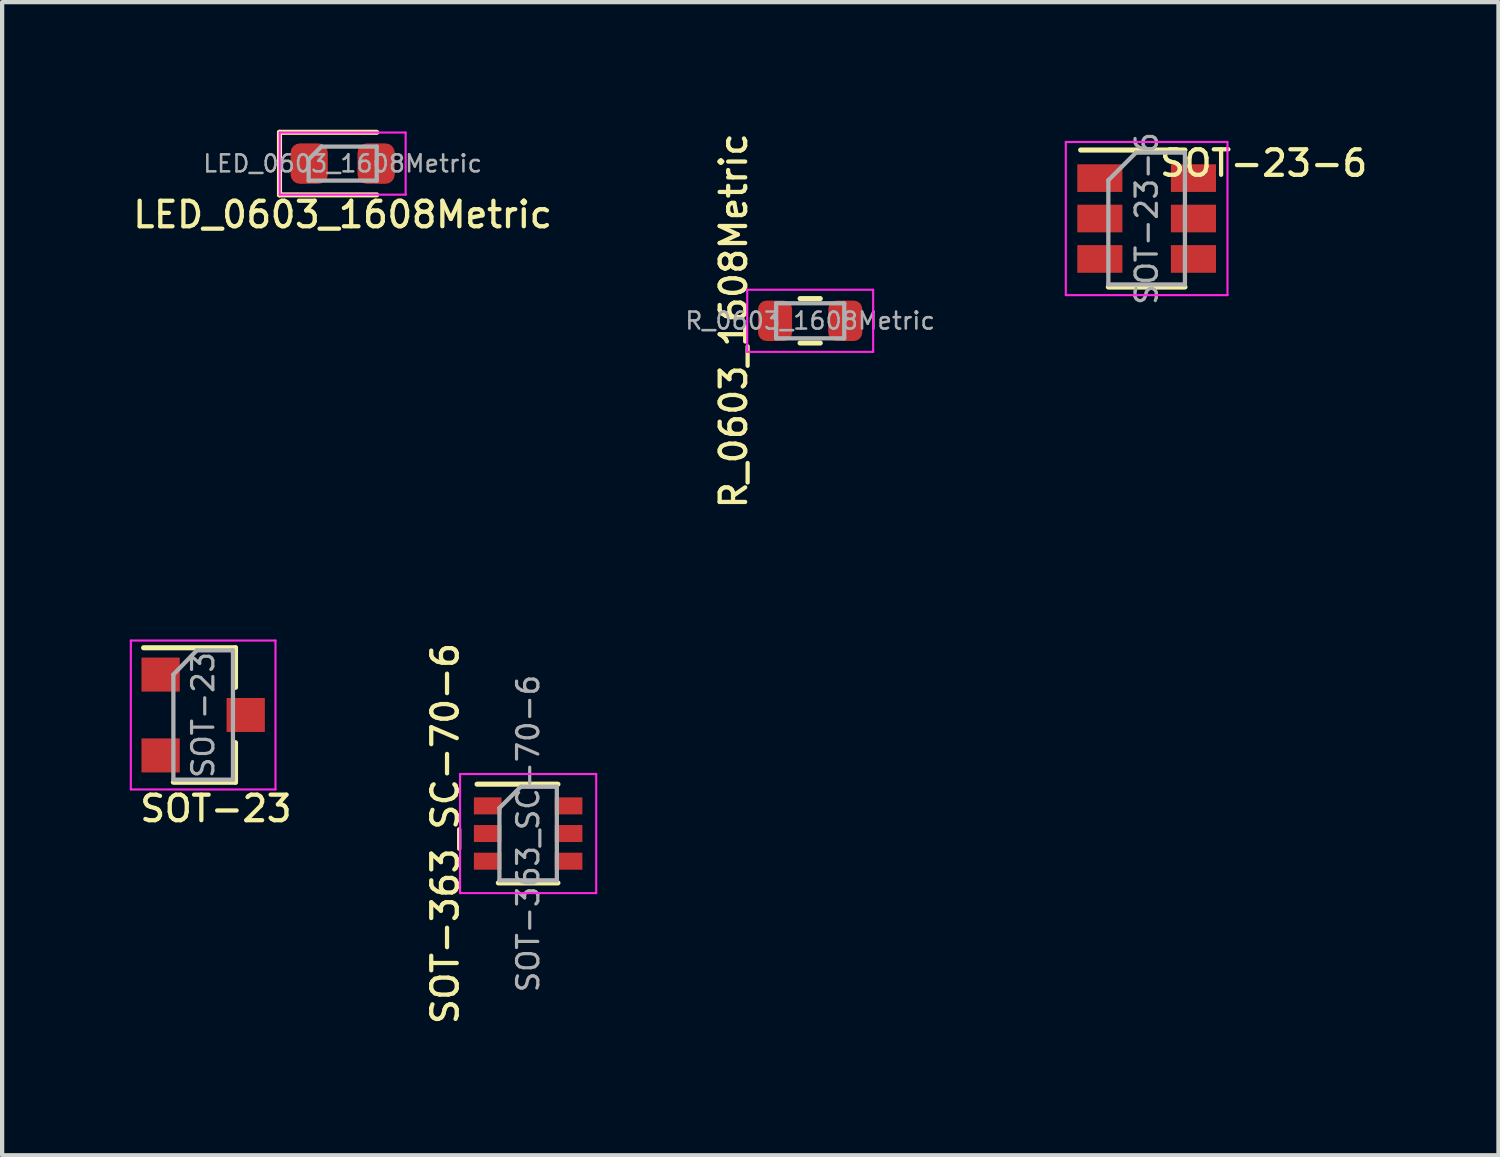
<source format=kicad_pcb>
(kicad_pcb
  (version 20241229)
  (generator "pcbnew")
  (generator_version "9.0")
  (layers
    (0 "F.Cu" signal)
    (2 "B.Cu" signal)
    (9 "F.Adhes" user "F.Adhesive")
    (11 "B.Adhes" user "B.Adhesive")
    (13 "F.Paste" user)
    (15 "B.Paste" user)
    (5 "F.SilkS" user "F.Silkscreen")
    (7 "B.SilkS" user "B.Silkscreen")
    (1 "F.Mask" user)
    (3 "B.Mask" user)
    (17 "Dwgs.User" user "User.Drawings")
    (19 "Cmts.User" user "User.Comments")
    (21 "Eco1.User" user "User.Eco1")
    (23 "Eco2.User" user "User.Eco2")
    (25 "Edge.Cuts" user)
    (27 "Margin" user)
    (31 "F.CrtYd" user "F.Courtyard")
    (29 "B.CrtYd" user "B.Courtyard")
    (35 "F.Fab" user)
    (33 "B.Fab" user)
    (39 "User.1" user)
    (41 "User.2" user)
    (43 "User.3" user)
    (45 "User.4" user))
  (footprint "R_0603_1608Metric"
    (layer "F.Cu")
    (at 15.992 4.49)
    (property "Reference" "R_0603_1608Metric" (at -1.8 0 270) (layer "F.SilkS") (effects (font (size 0.6 0.6) (thickness 0.1))))
    (attr smd)
    (fp_line (start -0.237 -0.522) (end 0.237 -0.522) (stroke (width 0.12) (type solid)) (layer "F.SilkS"))
    (fp_line (start -0.237 0.522) (end 0.237 0.522) (stroke (width 0.12) (type solid)) (layer "F.SilkS"))
    (fp_line (start -1.48 -0.73) (end 1.48 -0.73) (stroke (width 0.05) (type solid)) (layer "F.CrtYd"))
    (fp_line (start -1.48 0.73) (end -1.48 -0.73) (stroke (width 0.05) (type solid)) (layer "F.CrtYd"))
    (fp_line (start 1.48 -0.73) (end 1.48 0.73) (stroke (width 0.05) (type solid)) (layer "F.CrtYd"))
    (fp_line (start 1.48 0.73) (end -1.48 0.73) (stroke (width 0.05) (type solid)) (layer "F.CrtYd"))
    (fp_line (start -0.8 -0.412) (end 0.8 -0.412) (stroke (width 0.1) (type solid)) (layer "F.Fab"))
    (fp_line (start -0.8 0.412) (end -0.8 -0.412) (stroke (width 0.1) (type solid)) (layer "F.Fab"))
    (fp_line (start 0.8 -0.412) (end 0.8 0.412) (stroke (width 0.1) (type solid)) (layer "F.Fab"))
    (fp_line (start 0.8 0.412) (end -0.8 0.412) (stroke (width 0.1) (type solid)) (layer "F.Fab"))
    (fp_text user "${REFERENCE}" (at 0 0 180) (layer "F.Fab") (effects (font (size 0.4 0.4) (thickness 0.06))))
    (pad "1" smd roundrect (at -0.825 0) (size 0.8 0.95) (layers "F.Cu" "F.Mask" "F.Paste") (roundrect_rratio 0.25))
    (pad "2" smd roundrect (at 0.825 0) (size 0.8 0.95) (layers "F.Cu" "F.Mask" "F.Paste") (roundrect_rratio 0.25)))
  (footprint "SOT-23-6"
    (layer "F.Cu")
    (at 23.9 2.086)
    (property "Reference" "SOT-23-6" (at 2.75 -1.3 180) (layer "F.SilkS") (effects (font (size 0.6 0.6) (thickness 0.1))))
    (attr smd)
    (fp_line (start -0.9 1.61) (end 0.9 1.61) (stroke (width 0.12) (type solid)) (layer "F.SilkS"))
    (fp_line (start 0.9 -1.61) (end -1.55 -1.61) (stroke (width 0.12) (type solid)) (layer "F.SilkS"))
    (fp_line (start -1.9 -1.8) (end -1.9 1.8) (stroke (width 0.05) (type solid)) (layer "F.CrtYd"))
    (fp_line (start -1.9 1.8) (end 1.9 1.8) (stroke (width 0.05) (type solid)) (layer "F.CrtYd"))
    (fp_line (start 1.9 -1.8) (end -1.9 -1.8) (stroke (width 0.05) (type solid)) (layer "F.CrtYd"))
    (fp_line (start 1.9 1.8) (end 1.9 -1.8) (stroke (width 0.05) (type solid)) (layer "F.CrtYd"))
    (fp_line (start -0.9 -0.9) (end -0.9 1.55) (stroke (width 0.1) (type solid)) (layer "F.Fab"))
    (fp_line (start -0.9 -0.9) (end -0.25 -1.55) (stroke (width 0.1) (type solid)) (layer "F.Fab"))
    (fp_line (start 0.9 -1.55) (end -0.25 -1.55) (stroke (width 0.1) (type solid)) (layer "F.Fab"))
    (fp_line (start 0.9 -1.55) (end 0.9 1.55) (stroke (width 0.1) (type solid)) (layer "F.Fab"))
    (fp_line (start 0.9 1.55) (end -0.9 1.55) (stroke (width 0.1) (type solid)) (layer "F.Fab"))
    (fp_text user "${REFERENCE}" (at 0 0 270) (layer "F.Fab") (effects (font (size 0.5 0.5) (thickness 0.075))))
    (pad "1" smd rect (at -1.1 -0.95) (size 1.06 0.65) (layers "F.Cu" "F.Mask" "F.Paste"))
    (pad "2" smd rect (at -1.1 0) (size 1.06 0.65) (layers "F.Cu" "F.Mask" "F.Paste"))
    (pad "3" smd rect (at -1.1 0.95) (size 1.06 0.65) (layers "F.Cu" "F.Mask" "F.Paste"))
    (pad "4" smd rect (at 1.1 0.95) (size 1.06 0.65) (layers "F.Cu" "F.Mask" "F.Paste"))
    (pad "5" smd rect (at 1.1 0) (size 1.06 0.65) (layers "F.Cu" "F.Mask" "F.Paste"))
    (pad "6" smd rect (at 1.1 -0.95) (size 1.06 0.65) (layers "F.Cu" "F.Mask" "F.Paste")))
  (footprint "SOT-363_SC-70-6"
    (layer "F.Cu")
    (at 9.363 16.541)
    (property "Reference" "SOT-363_SC-70-6" (at -1.95 0 90) (layer "F.SilkS") (effects (font (size 0.6 0.6) (thickness 0.1))))
    (attr smd)
    (fp_line (start -0.7 1.16) (end 0.7 1.16) (stroke (width 0.12) (type solid)) (layer "F.SilkS"))
    (fp_line (start 0.7 -1.16) (end -1.2 -1.16) (stroke (width 0.12) (type solid)) (layer "F.SilkS"))
    (fp_line (start -1.6 -1.4) (end -1.6 1.4) (stroke (width 0.05) (type solid)) (layer "F.CrtYd"))
    (fp_line (start -1.6 -1.4) (end 1.6 -1.4) (stroke (width 0.05) (type solid)) (layer "F.CrtYd"))
    (fp_line (start -1.6 1.4) (end 1.6 1.4) (stroke (width 0.05) (type solid)) (layer "F.CrtYd"))
    (fp_line (start 1.6 1.4) (end 1.6 -1.4) (stroke (width 0.05) (type solid)) (layer "F.CrtYd"))
    (fp_line (start -0.675 -0.6) (end -0.675 1.1) (stroke (width 0.1) (type solid)) (layer "F.Fab"))
    (fp_line (start -0.175 -1.1) (end -0.675 -0.6) (stroke (width 0.1) (type solid)) (layer "F.Fab"))
    (fp_line (start 0.675 -1.1) (end -0.175 -1.1) (stroke (width 0.1) (type solid)) (layer "F.Fab"))
    (fp_line (start 0.675 -1.1) (end 0.675 1.1) (stroke (width 0.1) (type solid)) (layer "F.Fab"))
    (fp_line (start 0.675 1.1) (end -0.675 1.1) (stroke (width 0.1) (type solid)) (layer "F.Fab"))
    (fp_text user "${REFERENCE}" (at 0 0 90) (layer "F.Fab") (effects (font (size 0.5 0.5) (thickness 0.075))))
    (pad "1" smd rect (at -0.95 -0.65) (size 0.65 0.4) (layers "F.Cu" "F.Mask" "F.Paste"))
    (pad "2" smd rect (at -0.95 0) (size 0.65 0.4) (layers "F.Cu" "F.Mask" "F.Paste"))
    (pad "3" smd rect (at -0.95 0.65) (size 0.65 0.4) (layers "F.Cu" "F.Mask" "F.Paste"))
    (pad "4" smd rect (at 0.95 0.65) (size 0.65 0.4) (layers "F.Cu" "F.Mask" "F.Paste"))
    (pad "5" smd rect (at 0.95 0) (size 0.65 0.4) (layers "F.Cu" "F.Mask" "F.Paste"))
    (pad "6" smd rect (at 0.95 -0.65) (size 0.65 0.4) (layers "F.Cu" "F.Mask" "F.Paste")))
  (footprint "SOT-23"
    (layer "F.Cu")
    (at 1.725 13.755)
    (property "Reference" "SOT-23" (at 0.3 2.2 180) (layer "F.SilkS") (effects (font (size 0.6 0.6) (thickness 0.1))))
    (attr smd)
    (fp_line (start 0.76 -1.58) (end -1.4 -1.58) (stroke (width 0.12) (type solid)) (layer "F.SilkS"))
    (fp_line (start 0.76 -1.58) (end 0.76 -0.65) (stroke (width 0.12) (type solid)) (layer "F.SilkS"))
    (fp_line (start 0.76 1.58) (end -0.7 1.58) (stroke (width 0.12) (type solid)) (layer "F.SilkS"))
    (fp_line (start 0.76 1.58) (end 0.76 0.65) (stroke (width 0.12) (type solid)) (layer "F.SilkS"))
    (fp_line (start -1.7 -1.75) (end 1.7 -1.75) (stroke (width 0.05) (type solid)) (layer "F.CrtYd"))
    (fp_line (start -1.7 1.75) (end -1.7 -1.75) (stroke (width 0.05) (type solid)) (layer "F.CrtYd"))
    (fp_line (start 1.7 -1.75) (end 1.7 1.75) (stroke (width 0.05) (type solid)) (layer "F.CrtYd"))
    (fp_line (start 1.7 1.75) (end -1.7 1.75) (stroke (width 0.05) (type solid)) (layer "F.CrtYd"))
    (fp_line (start -0.7 -0.95) (end -0.7 1.5) (stroke (width 0.1) (type solid)) (layer "F.Fab"))
    (fp_line (start -0.7 -0.95) (end -0.15 -1.52) (stroke (width 0.1) (type solid)) (layer "F.Fab"))
    (fp_line (start -0.7 1.52) (end 0.7 1.52) (stroke (width 0.1) (type solid)) (layer "F.Fab"))
    (fp_line (start -0.15 -1.52) (end 0.7 -1.52) (stroke (width 0.1) (type solid)) (layer "F.Fab"))
    (fp_line (start 0.7 -1.52) (end 0.7 1.52) (stroke (width 0.1) (type solid)) (layer "F.Fab"))
    (fp_text user "${REFERENCE}" (at 0 0 90) (layer "F.Fab") (effects (font (size 0.5 0.5) (thickness 0.075))))
    (pad "1" smd rect (at -1 -0.95) (size 0.9 0.8) (layers "F.Cu" "F.Mask" "F.Paste"))
    (pad "2" smd rect (at -1 0.95) (size 0.9 0.8) (layers "F.Cu" "F.Mask" "F.Paste"))
    (pad "3" smd rect (at 1 0) (size 0.9 0.8) (layers "F.Cu" "F.Mask" "F.Paste")))
  (footprint "LED_0603_1608Metric"
    (layer "F.Cu")
    (at 5.004 0.795)
    (property "Reference" "LED_0603_1608Metric" (at 0 1.2 0) (layer "F.SilkS") (effects (font (size 0.6 0.6) (thickness 0.1))))
    (attr smd)
    (fp_line (start -1.485 -0.735) (end -1.485 0.735) (stroke (width 0.12) (type solid)) (layer "F.SilkS"))
    (fp_line (start -1.485 0.735) (end 0.8 0.735) (stroke (width 0.12) (type solid)) (layer "F.SilkS"))
    (fp_line (start 0.8 -0.735) (end -1.485 -0.735) (stroke (width 0.12) (type solid)) (layer "F.SilkS"))
    (fp_line (start -1.48 -0.73) (end 1.48 -0.73) (stroke (width 0.05) (type solid)) (layer "F.CrtYd"))
    (fp_line (start -1.48 0.73) (end -1.48 -0.73) (stroke (width 0.05) (type solid)) (layer "F.CrtYd"))
    (fp_line (start 1.48 -0.73) (end 1.48 0.73) (stroke (width 0.05) (type solid)) (layer "F.CrtYd"))
    (fp_line (start 1.48 0.73) (end -1.48 0.73) (stroke (width 0.05) (type solid)) (layer "F.CrtYd"))
    (fp_line (start -0.8 -0.1) (end -0.8 0.4) (stroke (width 0.1) (type solid)) (layer "F.Fab"))
    (fp_line (start -0.8 0.4) (end 0.8 0.4) (stroke (width 0.1) (type solid)) (layer "F.Fab"))
    (fp_line (start -0.5 -0.4) (end -0.8 -0.1) (stroke (width 0.1) (type solid)) (layer "F.Fab"))
    (fp_line (start 0.8 -0.4) (end -0.5 -0.4) (stroke (width 0.1) (type solid)) (layer "F.Fab"))
    (fp_line (start 0.8 0.4) (end 0.8 -0.4) (stroke (width 0.1) (type solid)) (layer "F.Fab"))
    (fp_text user "${REFERENCE}" (at 0 0 180) (layer "F.Fab") (effects (font (size 0.4 0.4) (thickness 0.06))))
    (pad "1" smd roundrect (at -0.787 0) (size 0.875 0.95) (layers "F.Cu" "F.Mask" "F.Paste") (roundrect_rratio 0.25))
    (pad "2" smd roundrect (at 0.787 0) (size 0.875 0.95) (layers "F.Cu" "F.Mask" "F.Paste") (roundrect_rratio 0.25)))
  (gr_rect
    (start -3 -3)
    (end 32.169 24.103)
    (stroke (width 0.1) (type default))
    (fill no)
    (layer "Edge.Cuts")))
</source>
